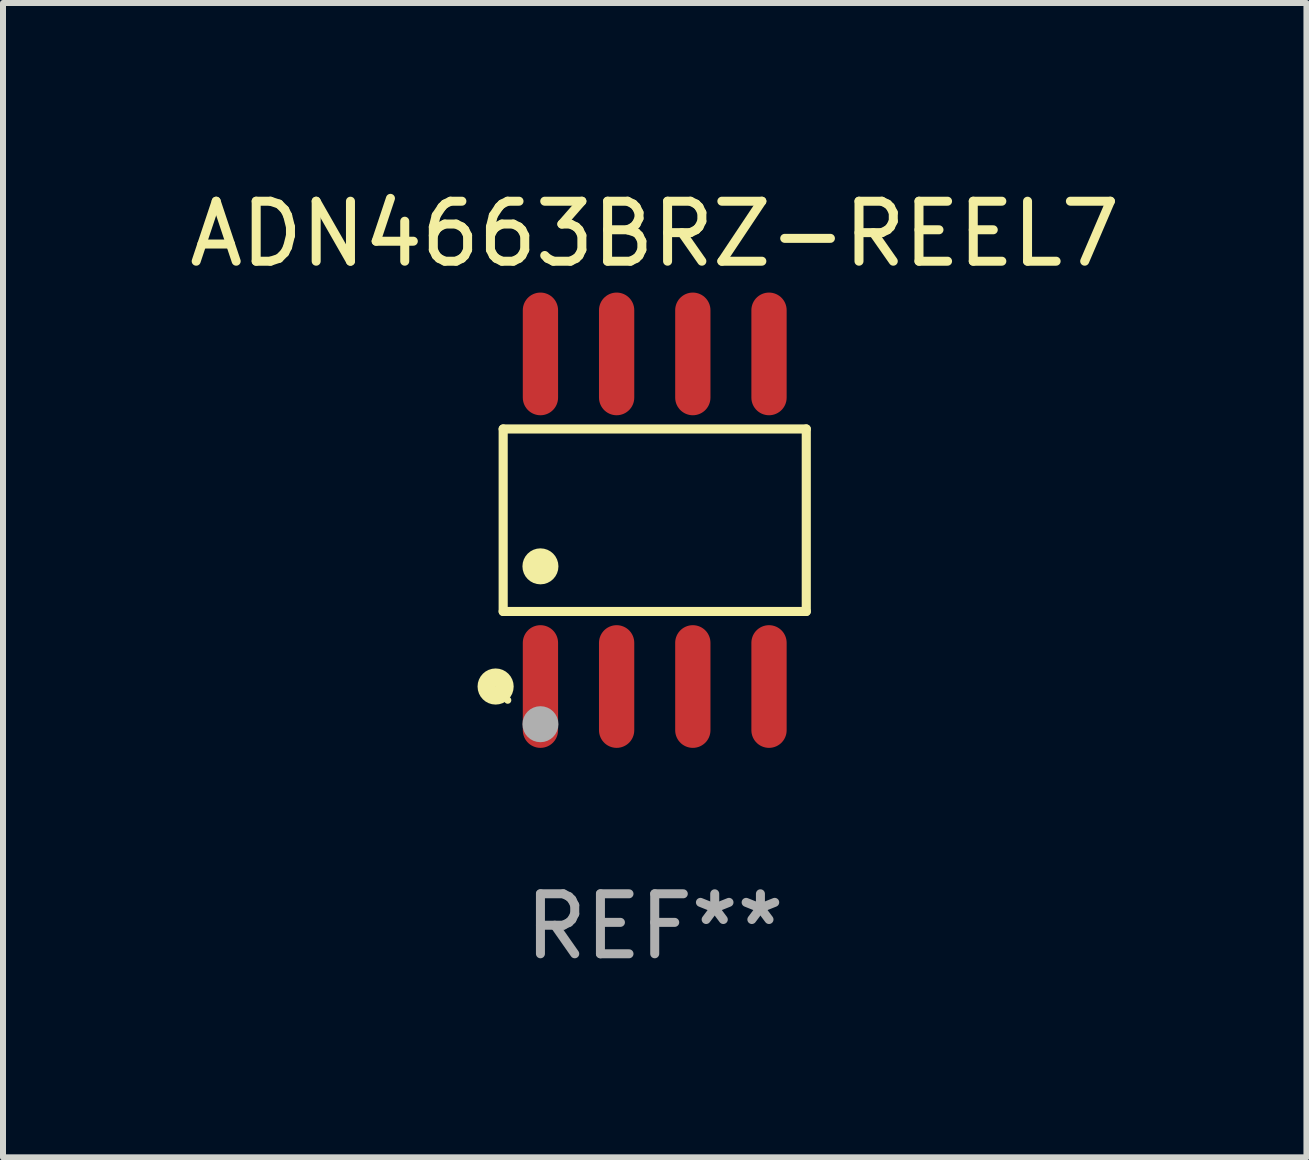
<source format=kicad_pcb>
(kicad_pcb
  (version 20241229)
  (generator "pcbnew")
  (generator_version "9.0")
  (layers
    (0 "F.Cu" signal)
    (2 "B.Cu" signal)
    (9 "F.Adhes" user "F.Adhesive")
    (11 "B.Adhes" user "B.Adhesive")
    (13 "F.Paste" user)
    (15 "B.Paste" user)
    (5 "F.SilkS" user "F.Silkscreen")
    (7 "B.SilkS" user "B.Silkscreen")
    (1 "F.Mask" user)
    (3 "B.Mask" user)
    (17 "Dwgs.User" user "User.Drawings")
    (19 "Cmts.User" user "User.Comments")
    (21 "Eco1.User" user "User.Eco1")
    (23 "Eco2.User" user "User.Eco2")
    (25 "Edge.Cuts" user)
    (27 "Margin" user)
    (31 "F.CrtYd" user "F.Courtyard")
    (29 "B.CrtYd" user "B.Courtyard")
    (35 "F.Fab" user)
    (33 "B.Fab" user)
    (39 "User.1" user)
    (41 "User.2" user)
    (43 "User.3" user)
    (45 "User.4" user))
  (footprint "ADN4663BRZ-REEL7"
    (layer "F.Cu")
    (at 7.863 5.621)
    (property "Reference" "ADN4663BRZ-REEL7" (at 0 -4.772 0) (layer "F.SilkS") (effects (font (size 1 1) (thickness 0.15))))
    (attr through_hole)
    (fp_line (start -2.526 -1.521) (end 2.526 -1.521) (stroke (width 0.152) (type solid)) (layer "F.SilkS"))
    (fp_line (start -2.526 1.521) (end -2.526 -1.521) (stroke (width 0.152) (type solid)) (layer "F.SilkS"))
    (fp_line (start 2.526 -1.521) (end 2.526 1.521) (stroke (width 0.152) (type solid)) (layer "F.SilkS"))
    (fp_line (start 2.526 1.521) (end -2.526 1.521) (stroke (width 0.152) (type solid)) (layer "F.SilkS"))
    (fp_circle (center -2.652 2.772) (end -2.501 2.772) (stroke (width 0.3) (type solid)) (fill no) (layer "F.SilkS"))
    (fp_circle (center -2.45 3) (end -2.42 3) (stroke (width 0.06) (type solid)) (fill no) (layer "F.SilkS"))
    (fp_circle (center -1.905 0.769) (end -1.755 0.769) (stroke (width 0.3) (type solid)) (fill no) (layer "F.SilkS"))
    (fp_circle (center -1.905 3.4) (end -1.755 3.4) (stroke (width 0.3) (type solid)) (fill no) (layer "F.Fab"))
    (fp_text user "REF**" (at 0 6.772 0) (layer "F.Fab") (effects (font (size 1 1) (thickness 0.15))))
    (pad "1" smd oval (at -1.905 2.772) (size 0.588 2.045) (layers "F.Cu" "F.Mask" "F.Paste"))
    (pad "2" smd oval (at -0.635 2.772) (size 0.588 2.045) (layers "F.Cu" "F.Mask" "F.Paste"))
    (pad "3" smd oval (at 0.635 2.772) (size 0.588 2.045) (layers "F.Cu" "F.Mask" "F.Paste"))
    (pad "4" smd oval (at 1.905 2.772) (size 0.588 2.045) (layers "F.Cu" "F.Mask" "F.Paste"))
    (pad "5" smd oval (at 1.905 -2.772) (size 0.588 2.045) (layers "F.Cu" "F.Mask" "F.Paste"))
    (pad "6" smd oval (at 0.635 -2.772) (size 0.588 2.045) (layers "F.Cu" "F.Mask" "F.Paste"))
    (pad "7" smd oval (at -0.635 -2.772) (size 0.588 2.045) (layers "F.Cu" "F.Mask" "F.Paste"))
    (pad "8" smd oval (at -1.905 -2.772) (size 0.588 2.045) (layers "F.Cu" "F.Mask" "F.Paste")))
  (gr_rect
    (start -3 -3)
    (end 18.726 16.241)
    (stroke (width 0.1) (type default))
    (fill no)
    (layer "Edge.Cuts")))
</source>
